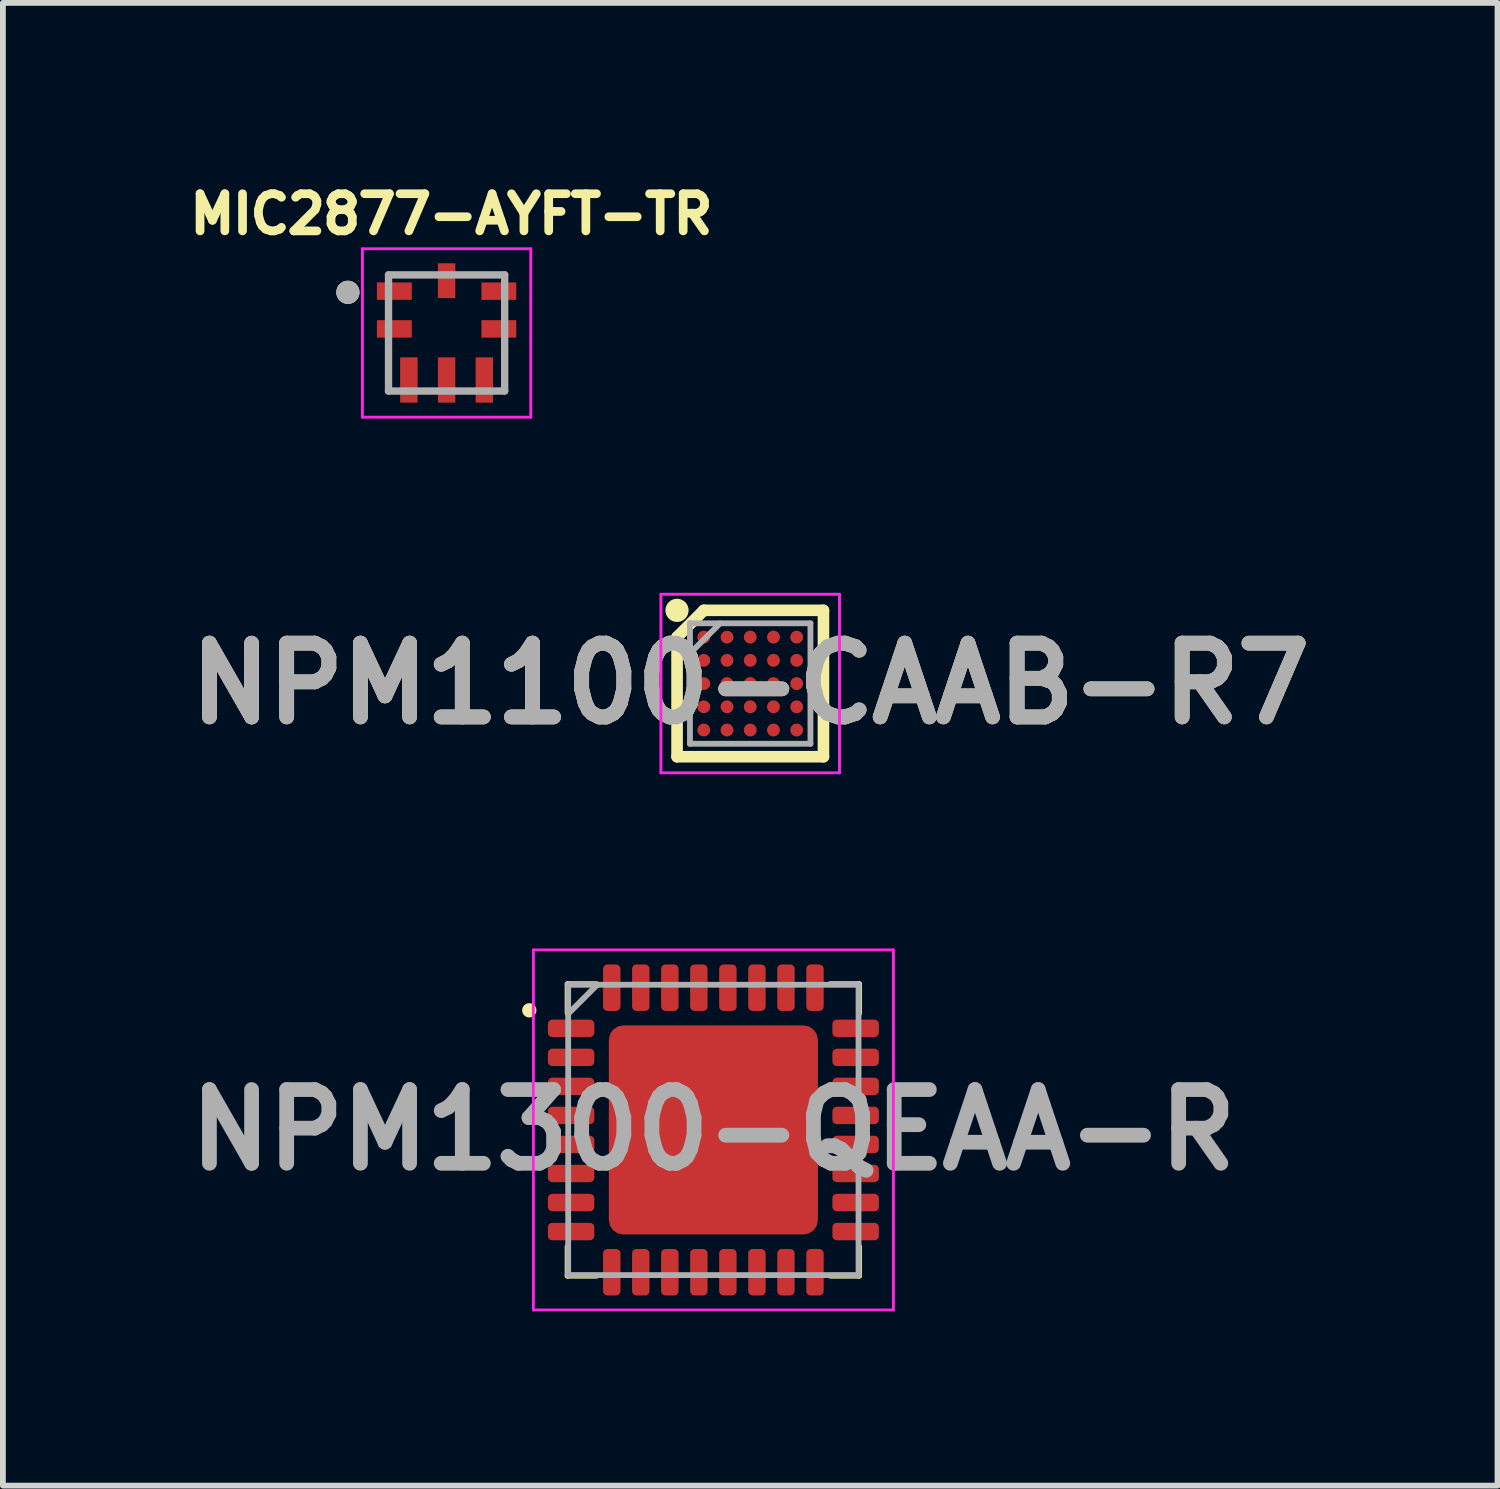
<source format=kicad_pcb>
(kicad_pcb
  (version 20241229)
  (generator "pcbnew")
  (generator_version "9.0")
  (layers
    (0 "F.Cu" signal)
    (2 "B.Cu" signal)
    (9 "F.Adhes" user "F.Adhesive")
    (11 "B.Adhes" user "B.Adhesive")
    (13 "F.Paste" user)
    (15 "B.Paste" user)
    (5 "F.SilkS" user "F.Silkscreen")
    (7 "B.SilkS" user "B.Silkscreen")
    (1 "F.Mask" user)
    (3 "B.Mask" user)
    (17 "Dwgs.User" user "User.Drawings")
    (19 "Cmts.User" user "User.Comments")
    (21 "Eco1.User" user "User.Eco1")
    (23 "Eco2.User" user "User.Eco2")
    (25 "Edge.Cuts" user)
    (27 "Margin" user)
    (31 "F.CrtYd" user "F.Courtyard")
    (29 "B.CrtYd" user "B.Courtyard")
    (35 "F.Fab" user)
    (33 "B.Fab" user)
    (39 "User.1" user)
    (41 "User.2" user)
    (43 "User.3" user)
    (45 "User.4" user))
  (footprint "NPM1300-QEAA-R"
    (layer "F.Cu")
    (at 9.235 16.409)
    (property "Reference" "NPM1300-QEAA-R" (at 0 0 0) (layer "User.2") (effects (font (size 1 1) (thickness 0.2) (bold yes))))
    (attr smd)
    (fp_line (start -2.51 -2.51) (end -2.51 -2.01) (stroke (width 0.1) (type default)) (layer "F.SilkS"))
    (fp_line (start -2.51 -2.51) (end -2.01 -2.51) (stroke (width 0.1) (type default)) (layer "F.SilkS"))
    (fp_line (start -2.51 2.51) (end -2.51 2.01) (stroke (width 0.1) (type default)) (layer "F.SilkS"))
    (fp_line (start -2.51 2.51) (end -2.01 2.51) (stroke (width 0.1) (type default)) (layer "F.SilkS"))
    (fp_line (start 2.51 -2.51) (end 2.01 -2.51) (stroke (width 0.1) (type default)) (layer "F.SilkS"))
    (fp_line (start 2.51 -2.51) (end 2.51 -2.01) (stroke (width 0.1) (type default)) (layer "F.SilkS"))
    (fp_line (start 2.51 2.51) (end 2.01 2.51) (stroke (width 0.1) (type default)) (layer "F.SilkS"))
    (fp_line (start 2.51 2.51) (end 2.51 2.01) (stroke (width 0.1) (type default)) (layer "F.SilkS"))
    (fp_circle (center -3.17 -2.06) (end -3.107 -2.06) (stroke (width 0.12) (type solid)) (fill yes) (layer "F.SilkS"))
    (fp_line (start -3.1 -3.1) (end 3.1 -3.1) (stroke (width 0.05) (type solid)) (layer "F.CrtYd"))
    (fp_line (start -3.1 3.1) (end -3.1 -3.1) (stroke (width 0.05) (type solid)) (layer "F.CrtYd"))
    (fp_line (start 3.1 -3.1) (end 3.1 3.1) (stroke (width 0.05) (type solid)) (layer "F.CrtYd"))
    (fp_line (start 3.1 3.1) (end -3.1 3.1) (stroke (width 0.05) (type solid)) (layer "F.CrtYd"))
    (fp_line (start -2.5 -2.5) (end 2.5 -2.5) (stroke (width 0.1) (type solid)) (layer "F.Fab"))
    (fp_line (start -2.5 -2) (end -2 -2.5) (stroke (width 0.1) (type solid)) (layer "F.Fab"))
    (fp_line (start -2.5 2.5) (end -2.5 -2.5) (stroke (width 0.1) (type solid)) (layer "F.Fab"))
    (fp_line (start 2.5 -2.5) (end 2.5 2.5) (stroke (width 0.1) (type solid)) (layer "F.Fab"))
    (fp_line (start 2.5 2.5) (end -2.5 2.5) (stroke (width 0.1) (type solid)) (layer "F.Fab"))
    (fp_text user "${REFERENCE}" (at 0 0 0) (layer "F.Fab") (effects (font (size 1.27 1.27) (thickness 0.254))))
    (pad "1" smd roundrect (at -2.45 -1.75 90) (size 0.3 0.8) (layers "F.Cu" "F.Mask" "F.Paste") (roundrect_rratio 0.25))
    (pad "2" smd roundrect (at -2.45 -1.25 90) (size 0.3 0.8) (layers "F.Cu" "F.Mask" "F.Paste") (roundrect_rratio 0.25))
    (pad "3" smd roundrect (at -2.45 -0.75 90) (size 0.3 0.8) (layers "F.Cu" "F.Mask" "F.Paste") (roundrect_rratio 0.25))
    (pad "4" smd roundrect (at -2.45 -0.25 90) (size 0.3 0.8) (layers "F.Cu" "F.Mask" "F.Paste") (roundrect_rratio 0.25))
    (pad "5" smd roundrect (at -2.45 0.25 90) (size 0.3 0.8) (layers "F.Cu" "F.Mask" "F.Paste") (roundrect_rratio 0.25))
    (pad "6" smd roundrect (at -2.45 0.75 90) (size 0.3 0.8) (layers "F.Cu" "F.Mask" "F.Paste") (roundrect_rratio 0.25))
    (pad "7" smd roundrect (at -2.45 1.25 90) (size 0.3 0.8) (layers "F.Cu" "F.Mask" "F.Paste") (roundrect_rratio 0.25))
    (pad "8" smd roundrect (at -2.45 1.75 90) (size 0.3 0.8) (layers "F.Cu" "F.Mask" "F.Paste") (roundrect_rratio 0.25))
    (pad "9" smd roundrect (at -1.75 2.45) (size 0.3 0.8) (layers "F.Cu" "F.Mask" "F.Paste") (roundrect_rratio 0.25))
    (pad "10" smd roundrect (at -1.25 2.45) (size 0.3 0.8) (layers "F.Cu" "F.Mask" "F.Paste") (roundrect_rratio 0.25))
    (pad "11" smd roundrect (at -0.75 2.45) (size 0.3 0.8) (layers "F.Cu" "F.Mask" "F.Paste") (roundrect_rratio 0.25))
    (pad "12" smd roundrect (at -0.25 2.45) (size 0.3 0.8) (layers "F.Cu" "F.Mask" "F.Paste") (roundrect_rratio 0.25))
    (pad "13" smd roundrect (at 0.25 2.45) (size 0.3 0.8) (layers "F.Cu" "F.Mask" "F.Paste") (roundrect_rratio 0.25))
    (pad "14" smd roundrect (at 0.75 2.45) (size 0.3 0.8) (layers "F.Cu" "F.Mask" "F.Paste") (roundrect_rratio 0.25))
    (pad "15" smd roundrect (at 1.25 2.45) (size 0.3 0.8) (layers "F.Cu" "F.Mask" "F.Paste") (roundrect_rratio 0.25))
    (pad "16" smd roundrect (at 1.75 2.45) (size 0.3 0.8) (layers "F.Cu" "F.Mask" "F.Paste") (roundrect_rratio 0.25))
    (pad "17" smd roundrect (at 2.45 1.75 90) (size 0.3 0.8) (layers "F.Cu" "F.Mask" "F.Paste") (roundrect_rratio 0.25))
    (pad "18" smd roundrect (at 2.45 1.25 90) (size 0.3 0.8) (layers "F.Cu" "F.Mask" "F.Paste") (roundrect_rratio 0.25))
    (pad "19" smd roundrect (at 2.45 0.75 90) (size 0.3 0.8) (layers "F.Cu" "F.Mask" "F.Paste") (roundrect_rratio 0.25))
    (pad "20" smd roundrect (at 2.45 0.25 90) (size 0.3 0.8) (layers "F.Cu" "F.Mask" "F.Paste") (roundrect_rratio 0.25))
    (pad "21" smd roundrect (at 2.45 -0.25 90) (size 0.3 0.8) (layers "F.Cu" "F.Mask" "F.Paste") (roundrect_rratio 0.25))
    (pad "22" smd roundrect (at 2.45 -0.75 90) (size 0.3 0.8) (layers "F.Cu" "F.Mask" "F.Paste") (roundrect_rratio 0.25))
    (pad "23" smd roundrect (at 2.45 -1.25 90) (size 0.3 0.8) (layers "F.Cu" "F.Mask" "F.Paste") (roundrect_rratio 0.25))
    (pad "24" smd roundrect (at 2.45 -1.75 90) (size 0.3 0.8) (layers "F.Cu" "F.Mask" "F.Paste") (roundrect_rratio 0.25))
    (pad "25" smd roundrect (at 1.75 -2.45) (size 0.3 0.8) (layers "F.Cu" "F.Mask" "F.Paste") (roundrect_rratio 0.25))
    (pad "26" smd roundrect (at 1.25 -2.45) (size 0.3 0.8) (layers "F.Cu" "F.Mask" "F.Paste") (roundrect_rratio 0.25))
    (pad "27" smd roundrect (at 0.75 -2.45) (size 0.3 0.8) (layers "F.Cu" "F.Mask" "F.Paste") (roundrect_rratio 0.25))
    (pad "28" smd roundrect (at 0.25 -2.45) (size 0.3 0.8) (layers "F.Cu" "F.Mask" "F.Paste") (roundrect_rratio 0.25))
    (pad "29" smd roundrect (at -0.25 -2.45) (size 0.3 0.8) (layers "F.Cu" "F.Mask" "F.Paste") (roundrect_rratio 0.25))
    (pad "30" smd roundrect (at -0.75 -2.45) (size 0.3 0.8) (layers "F.Cu" "F.Mask" "F.Paste") (roundrect_rratio 0.25))
    (pad "31" smd roundrect (at -1.25 -2.45) (size 0.3 0.8) (layers "F.Cu" "F.Mask" "F.Paste") (roundrect_rratio 0.25))
    (pad "32" smd roundrect (at -1.75 -2.45) (size 0.3 0.8) (layers "F.Cu" "F.Mask" "F.Paste") (roundrect_rratio 0.25))
    (pad "33" smd roundrect (at 0 0) (size 3.6 3.6) (layers "F.Cu" "F.Mask" "F.Paste") (roundrect_rratio 0.069)))
  (footprint "NPM1100-CAAB-R7"
    (layer "F.Cu")
    (at 9.87 8.722)
    (property "Reference" "NPM1100-CAAB-R7" (at 0 0 0) (layer "F.SilkS") (effects (font (size 1.27 1.27) (thickness 0.254))))
    (attr smd)
    (fp_line (start -1.26 -0.801) (end -0.799 -1.262) (stroke (width 0.2) (type solid)) (layer "F.SilkS"))
    (fp_line (start -1.26 1.26) (end -1.26 -0.801) (stroke (width 0.2) (type solid)) (layer "F.SilkS"))
    (fp_line (start -0.8 -1.261) (end 1.261 -1.261) (stroke (width 0.2) (type solid)) (layer "F.SilkS"))
    (fp_line (start 1.261 -1.261) (end 1.261 1.26) (stroke (width 0.2) (type solid)) (layer "F.SilkS"))
    (fp_line (start 1.261 1.26) (end -1.26 1.26) (stroke (width 0.2) (type solid)) (layer "F.SilkS"))
    (fp_circle (center -1.261 -1.261) (end -1.261 -1.161) (stroke (width 0.2) (type solid)) (fill no) (layer "F.SilkS"))
    (fp_line (start -1.538 -1.538) (end 1.537 -1.538) (stroke (width 0.05) (type solid)) (layer "F.CrtYd"))
    (fp_line (start -1.538 1.537) (end -1.538 -1.538) (stroke (width 0.05) (type solid)) (layer "F.CrtYd"))
    (fp_line (start 1.537 -1.538) (end 1.537 1.537) (stroke (width 0.05) (type solid)) (layer "F.CrtYd"))
    (fp_line (start 1.537 1.537) (end -1.538 1.537) (stroke (width 0.05) (type solid)) (layer "F.CrtYd"))
    (fp_line (start -1.038 -1.038) (end 1.037 -1.038) (stroke (width 0.1) (type solid)) (layer "F.Fab"))
    (fp_line (start -1.038 -0.519) (end -0.519 -1.038) (stroke (width 0.1) (type solid)) (layer "F.Fab"))
    (fp_line (start -1.038 1.037) (end -1.038 -1.038) (stroke (width 0.1) (type solid)) (layer "F.Fab"))
    (fp_line (start 1.037 -1.038) (end 1.037 1.037) (stroke (width 0.1) (type solid)) (layer "F.Fab"))
    (fp_line (start 1.037 1.037) (end -1.038 1.037) (stroke (width 0.1) (type solid)) (layer "F.Fab"))
    (fp_text user "${REFERENCE}" (at 0 0 0) (layer "F.Fab") (effects (font (size 1.27 1.27) (thickness 0.254))))
    (pad "A1" smd circle (at -0.8 -0.8 90) (size 0.221 0.221) (layers "F.Cu" "F.Mask" "F.Paste"))
    (pad "A2" smd circle (at -0.4 -0.8 90) (size 0.221 0.221) (layers "F.Cu" "F.Mask" "F.Paste"))
    (pad "A3" smd circle (at 0 -0.8 90) (size 0.221 0.221) (layers "F.Cu" "F.Mask" "F.Paste"))
    (pad "A4" smd circle (at 0.4 -0.8 90) (size 0.221 0.221) (layers "F.Cu" "F.Mask" "F.Paste"))
    (pad "A5" smd circle (at 0.8 -0.8 90) (size 0.221 0.221) (layers "F.Cu" "F.Mask" "F.Paste"))
    (pad "B1" smd circle (at -0.8 -0.4 90) (size 0.221 0.221) (layers "F.Cu" "F.Mask" "F.Paste"))
    (pad "B2" smd circle (at -0.4 -0.4 90) (size 0.221 0.221) (layers "F.Cu" "F.Mask" "F.Paste"))
    (pad "B3" smd circle (at 0 -0.4 90) (size 0.221 0.221) (layers "F.Cu" "F.Mask" "F.Paste"))
    (pad "B4" smd circle (at 0.4 -0.4 90) (size 0.221 0.221) (layers "F.Cu" "F.Mask" "F.Paste"))
    (pad "B5" smd circle (at 0.8 -0.4 90) (size 0.221 0.221) (layers "F.Cu" "F.Mask" "F.Paste"))
    (pad "C1" smd circle (at -0.8 0 90) (size 0.221 0.221) (layers "F.Cu" "F.Mask" "F.Paste"))
    (pad "C2" smd circle (at -0.4 0 90) (size 0.221 0.221) (layers "F.Cu" "F.Mask" "F.Paste"))
    (pad "C3" smd circle (at 0 0 90) (size 0.221 0.221) (layers "F.Cu" "F.Mask" "F.Paste"))
    (pad "C4" smd circle (at 0.4 0 90) (size 0.221 0.221) (layers "F.Cu" "F.Mask" "F.Paste"))
    (pad "C5" smd circle (at 0.8 0 90) (size 0.221 0.221) (layers "F.Cu" "F.Mask" "F.Paste"))
    (pad "D1" smd circle (at -0.8 0.4 90) (size 0.221 0.221) (layers "F.Cu" "F.Mask" "F.Paste"))
    (pad "D2" smd circle (at -0.4 0.4 90) (size 0.221 0.221) (layers "F.Cu" "F.Mask" "F.Paste"))
    (pad "D3" smd circle (at 0 0.4 90) (size 0.221 0.221) (layers "F.Cu" "F.Mask" "F.Paste"))
    (pad "D4" smd circle (at 0.4 0.4 90) (size 0.221 0.221) (layers "F.Cu" "F.Mask" "F.Paste"))
    (pad "D5" smd circle (at 0.8 0.4 90) (size 0.221 0.221) (layers "F.Cu" "F.Mask" "F.Paste"))
    (pad "E1" smd circle (at -0.8 0.8 90) (size 0.221 0.221) (layers "F.Cu" "F.Mask" "F.Paste"))
    (pad "E2" smd circle (at -0.4 0.8 90) (size 0.221 0.221) (layers "F.Cu" "F.Mask" "F.Paste"))
    (pad "E3" smd circle (at 0 0.8 90) (size 0.221 0.221) (layers "F.Cu" "F.Mask" "F.Paste"))
    (pad "E4" smd circle (at 0.4 0.8 90) (size 0.221 0.221) (layers "F.Cu" "F.Mask" "F.Paste"))
    (pad "E5" smd circle (at 0.8 0.8 90) (size 0.221 0.221) (layers "F.Cu" "F.Mask" "F.Paste")))
  (footprint "MIC2877-AYFT-TR"
    (layer "F.Cu")
    (at 4.641 2.684)
    (property "Reference" "MIC2877-AYFT-TR" (at 0.082 -2.046 0) (layer "F.SilkS") (effects (font (size 0.64 0.64) (thickness 0.15))))
    (attr smd)
    (fp_circle (center -1.7 -0.7) (end -1.6 -0.7) (stroke (width 0.2) (type solid)) (fill no) (layer "F.SilkS"))
    (fp_poly (pts (xy -1.15 -0.87) (xy -0.6 -0.87) (xy -0.6 -0.57) (xy -1.15 -0.57)) (stroke (width 0.01) (type solid)) (fill yes) (layer "F.Paste"))
    (fp_poly (pts (xy -1.15 -0.22) (xy -0.6 -0.22) (xy -0.6 0.08) (xy -1.15 0.08)) (stroke (width 0.01) (type solid)) (fill yes) (layer "F.Paste"))
    (fp_poly (pts (xy -0.8 0.42) (xy -0.5 0.42) (xy -0.5 1.15) (xy -0.8 1.15)) (stroke (width 0.01) (type solid)) (fill yes) (layer "F.Paste"))
    (fp_poly (pts (xy -0.15 -1.15) (xy 0.15 -1.15) (xy 0.15 -0.6) (xy -0.15 -0.6)) (stroke (width 0.01) (type solid)) (fill yes) (layer "F.Paste"))
    (fp_poly (pts (xy -0.15 0.42) (xy 0.15 0.42) (xy 0.15 1.15) (xy -0.15 1.15)) (stroke (width 0.01) (type solid)) (fill yes) (layer "F.Paste"))
    (fp_poly (pts (xy 0.5 0.42) (xy 0.8 0.42) (xy 0.8 1.15) (xy 0.5 1.15)) (stroke (width 0.01) (type solid)) (fill yes) (layer "F.Paste"))
    (fp_poly (pts (xy 0.6 -0.87) (xy 1.15 -0.87) (xy 1.15 -0.57) (xy 0.6 -0.57)) (stroke (width 0.01) (type solid)) (fill yes) (layer "F.Paste"))
    (fp_poly (pts (xy 0.6 -0.22) (xy 1.15 -0.22) (xy 1.15 0.08) (xy 0.6 0.08)) (stroke (width 0.01) (type solid)) (fill yes) (layer "F.Paste"))
    (fp_line (start -1.45 -1.45) (end 1.45 -1.45) (stroke (width 0.05) (type solid)) (layer "F.CrtYd"))
    (fp_line (start -1.45 1.45) (end -1.45 -1.45) (stroke (width 0.05) (type solid)) (layer "F.CrtYd"))
    (fp_line (start 1.45 -1.45) (end 1.45 1.45) (stroke (width 0.05) (type solid)) (layer "F.CrtYd"))
    (fp_line (start 1.45 1.45) (end -1.45 1.45) (stroke (width 0.05) (type solid)) (layer "F.CrtYd"))
    (fp_line (start -1 -1) (end -1 1) (stroke (width 0.127) (type solid)) (layer "F.Fab"))
    (fp_line (start -1 1) (end 1 1) (stroke (width 0.127) (type solid)) (layer "F.Fab"))
    (fp_line (start 1 -1) (end -1 -1) (stroke (width 0.127) (type solid)) (layer "F.Fab"))
    (fp_line (start 1 1) (end 1 -1) (stroke (width 0.127) (type solid)) (layer "F.Fab"))
    (fp_circle (center -1.7 -0.7) (end -1.6 -0.7) (stroke (width 0.2) (type solid)) (fill no) (layer "F.Fab"))
    (fp_text user "${REFERENCE}" (at 0 0 0) (layer "Eco1.User") (effects (font (size 0.64 0.64) (thickness 0.15))))
    (pad "1" smd rect (at -0.9 -0.72 90) (size 0.3 0.6) (layers "F.Cu" "F.Mask"))
    (pad "2" smd rect (at -0.9 -0.07 90) (size 0.3 0.6) (layers "F.Cu" "F.Mask"))
    (pad "3" smd rect (at -0.65 0.81) (size 0.3 0.78) (layers "F.Cu" "F.Mask"))
    (pad "4" smd rect (at 0 0.81) (size 0.3 0.78) (layers "F.Cu" "F.Mask"))
    (pad "5" smd rect (at 0.65 0.81) (size 0.3 0.78) (layers "F.Cu" "F.Mask"))
    (pad "6" smd rect (at 0.9 -0.07 90) (size 0.3 0.6) (layers "F.Cu" "F.Mask"))
    (pad "7" smd rect (at 0.9 -0.72 90) (size 0.3 0.6) (layers "F.Cu" "F.Mask"))
    (pad "8" smd rect (at 0 -0.9) (size 0.3 0.6) (layers "F.Cu" "F.Mask")))
  (gr_rect
    (start -3 -3)
    (end 22.739 22.534)
    (stroke (width 0.1) (type default))
    (fill no)
    (layer "Edge.Cuts")))
</source>
